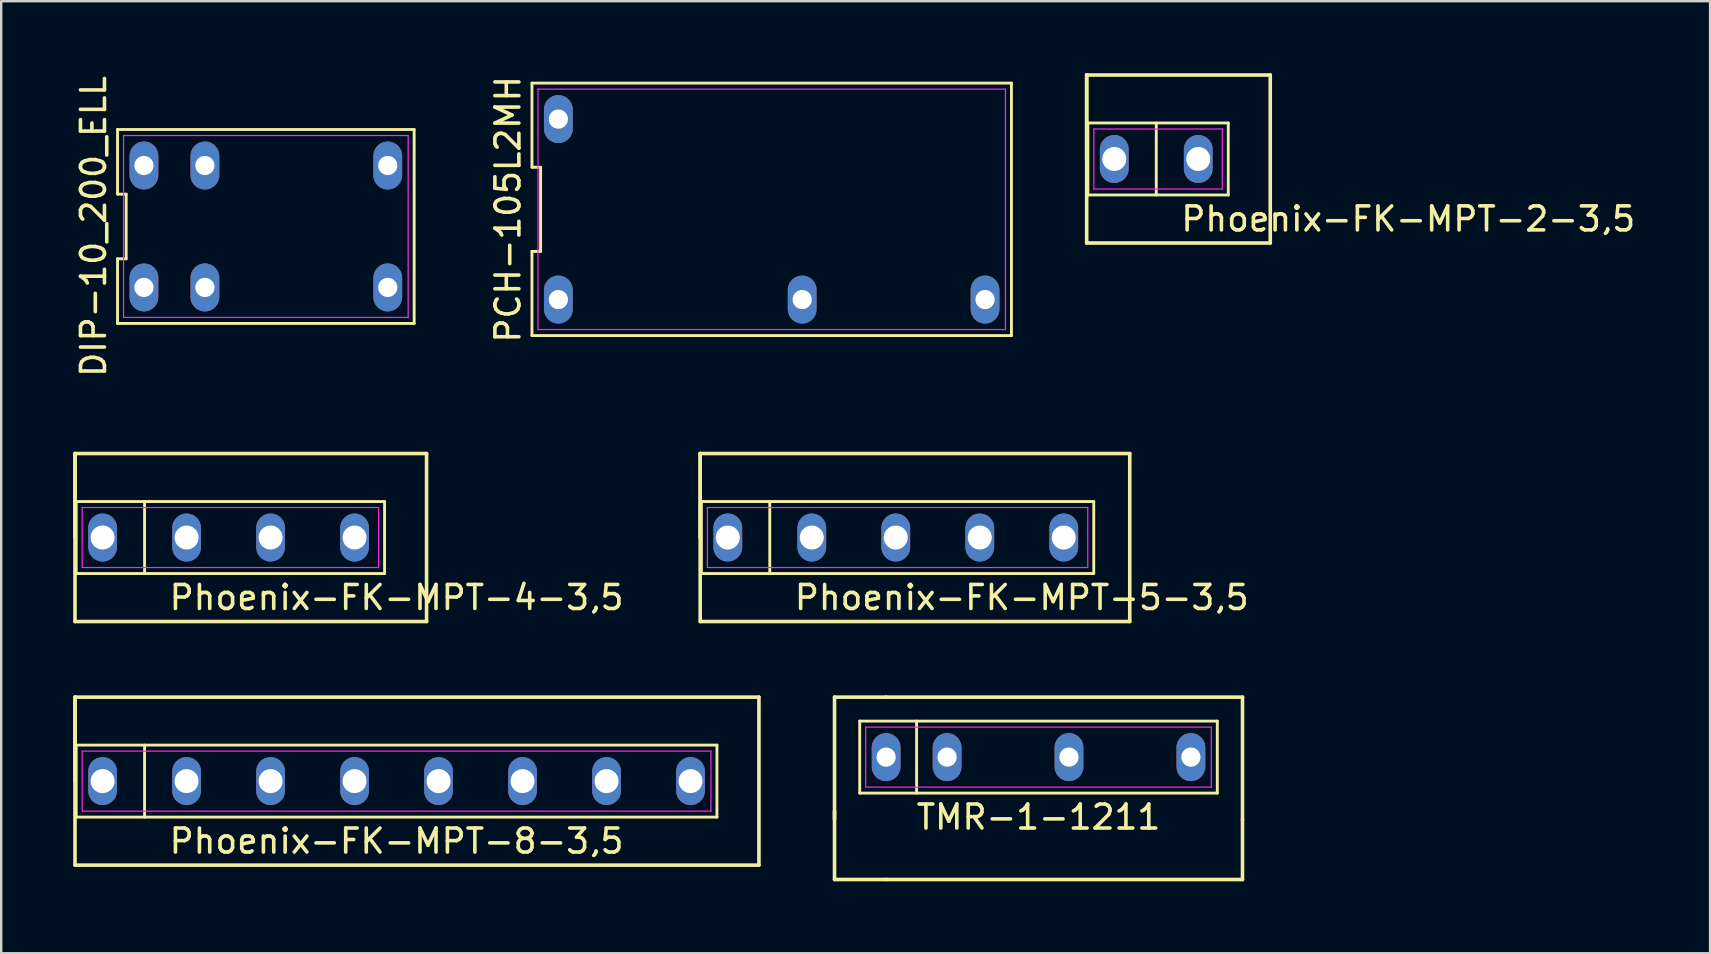
<source format=kicad_pcb>
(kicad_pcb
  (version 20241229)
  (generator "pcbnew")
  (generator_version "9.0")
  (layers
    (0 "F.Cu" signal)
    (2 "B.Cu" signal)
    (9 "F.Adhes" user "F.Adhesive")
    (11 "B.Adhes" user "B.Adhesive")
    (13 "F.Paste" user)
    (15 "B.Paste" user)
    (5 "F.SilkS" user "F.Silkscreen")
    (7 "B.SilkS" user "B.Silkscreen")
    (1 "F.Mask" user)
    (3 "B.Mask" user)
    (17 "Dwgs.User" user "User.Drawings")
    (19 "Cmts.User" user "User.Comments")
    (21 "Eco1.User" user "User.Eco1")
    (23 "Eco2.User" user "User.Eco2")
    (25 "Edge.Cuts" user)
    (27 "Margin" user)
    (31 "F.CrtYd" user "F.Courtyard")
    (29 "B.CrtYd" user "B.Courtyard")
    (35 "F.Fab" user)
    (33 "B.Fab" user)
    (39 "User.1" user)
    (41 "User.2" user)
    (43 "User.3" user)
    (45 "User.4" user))
  (footprint "PCH-105L2MH"
    (layer "F.Cu")
    (at 29.107 5.673)
    (property "Reference" "PCH-105L2MH" (at -10.99 0 90) (layer "F.SilkS") (effects (font (size 1 1) (thickness 0.15))))
    (attr through_hole)
    (fp_line (start -9.99 -5.26) (end -9.99 -1.753) (stroke (width 0.12) (type solid)) (layer "F.SilkS"))
    (fp_line (start -9.99 -1.753) (end -9.63 -1.753) (stroke (width 0.12) (type solid)) (layer "F.SilkS"))
    (fp_line (start -9.99 1.753) (end -9.99 5.26) (stroke (width 0.12) (type solid)) (layer "F.SilkS"))
    (fp_line (start -9.99 5.26) (end 9.99 5.26) (stroke (width 0.12) (type solid)) (layer "F.SilkS"))
    (fp_line (start -9.63 -1.753) (end -9.63 1.753) (stroke (width 0.12) (type solid)) (layer "F.SilkS"))
    (fp_line (start -9.63 1.753) (end -9.99 1.753) (stroke (width 0.12) (type solid)) (layer "F.SilkS"))
    (fp_line (start 9.99 -5.26) (end -9.99 -5.26) (stroke (width 0.12) (type solid)) (layer "F.SilkS"))
    (fp_line (start 9.99 5.26) (end 9.99 -5.26) (stroke (width 0.12) (type solid)) (layer "F.SilkS"))
    (fp_line (start -9.74 -5.01) (end 9.74 -5.01) (stroke (width 0.05) (type solid)) (layer "F.CrtYd"))
    (fp_line (start -9.74 5.01) (end -9.74 -5.01) (stroke (width 0.05) (type solid)) (layer "F.CrtYd"))
    (fp_line (start 9.74 -5.01) (end 9.74 5.01) (stroke (width 0.05) (type solid)) (layer "F.CrtYd"))
    (fp_line (start 9.74 5.01) (end -9.74 5.01) (stroke (width 0.05) (type solid)) (layer "F.CrtYd"))
    (pad "11" thru_hole oval (at 1.27 3.76) (size 1.2 2) (drill 0.8) (layers "*.Cu" "*.Mask"))
    (pad "14" thru_hole oval (at 8.89 3.76) (size 1.2 2) (drill 0.8) (layers "*.Cu" "*.Mask"))
    (pad "A1" thru_hole oval (at -8.89 3.76) (size 1.2 2) (drill 0.8) (layers "*.Cu" "*.Mask"))
    (pad "A2" thru_hole oval (at -8.89 -3.76) (size 1.2 2) (drill 0.8) (layers "*.Cu" "*.Mask")))
  (footprint "Phoenix-FK-MPT-5-3,5"
    (layer "F.Cu")
    (at 39.527 19.349)
    (property "Reference" "Phoenix-FK-MPT-5-3,5" (at 0 2.5 0) (layer "F.SilkS") (effects (font (size 1 1) (thickness 0.15))))
    (attr through_hole)
    (fp_line (start -13.4 -3.5) (end -13.4 3.5) (stroke (width 0.15) (type solid)) (layer "F.SilkS"))
    (fp_line (start -13.4 -3.5) (end 4.5 -3.5) (stroke (width 0.15) (type solid)) (layer "F.SilkS"))
    (fp_line (start -13.4 0) (end -13.4 -3.5) (stroke (width 0.15) (type solid)) (layer "F.SilkS"))
    (fp_line (start -13.35 -1.5) (end 3 -1.5) (stroke (width 0.12) (type solid)) (layer "F.SilkS"))
    (fp_line (start -13.35 1.5) (end -13.35 -1.5) (stroke (width 0.12) (type solid)) (layer "F.SilkS"))
    (fp_line (start -10.5 -1.5) (end -10.5 1.5) (stroke (width 0.12) (type solid)) (layer "F.SilkS"))
    (fp_line (start 3 -1.5) (end 3 1.5) (stroke (width 0.12) (type solid)) (layer "F.SilkS"))
    (fp_line (start 3 1.5) (end -13.35 1.5) (stroke (width 0.12) (type solid)) (layer "F.SilkS"))
    (fp_line (start 4.5 -3.5) (end 4.5 3.5) (stroke (width 0.15) (type solid)) (layer "F.SilkS"))
    (fp_line (start 4.5 3.5) (end -13.4 3.5) (stroke (width 0.15) (type solid)) (layer "F.SilkS"))
    (fp_line (start -13.1 -1.25) (end 2.75 -1.25) (stroke (width 0.05) (type solid)) (layer "F.CrtYd"))
    (fp_line (start -13.1 1.25) (end -13.1 -1.25) (stroke (width 0.05) (type solid)) (layer "F.CrtYd"))
    (fp_line (start 2.75 -1.25) (end 2.75 1.25) (stroke (width 0.05) (type solid)) (layer "F.CrtYd"))
    (fp_line (start 2.75 1.25) (end -13.1 1.25) (stroke (width 0.05) (type solid)) (layer "F.CrtYd"))
    (pad "1" thru_hole oval (at -12.25 0) (size 1.2 2) (drill 1) (layers "*.Cu" "*.Mask"))
    (pad "2" thru_hole oval (at -8.75 0) (size 1.2 2) (drill 1) (layers "*.Cu" "*.Mask"))
    (pad "3" thru_hole oval (at -5.25 0) (size 1.2 2) (drill 1) (layers "*.Cu" "*.Mask"))
    (pad "4" thru_hole oval (at -1.75 0) (size 1.2 2) (drill 1) (layers "*.Cu" "*.Mask"))
    (pad "5" thru_hole oval (at 1.75 0) (size 1.2 2) (drill 1) (layers "*.Cu" "*.Mask")))
  (footprint "DIP-10_200_ELL"
    (layer "F.Cu")
    (at 8.028 6.387)
    (property "Reference" "DIP-10_200_ELL" (at -7.18 0 90) (layer "F.SilkS") (effects (font (size 1 1) (thickness 0.15))))
    (attr through_hole)
    (fp_line (start -6.18 -4.04) (end -6.18 -1.347) (stroke (width 0.12) (type solid)) (layer "F.SilkS"))
    (fp_line (start -6.18 -1.347) (end -5.82 -1.347) (stroke (width 0.12) (type solid)) (layer "F.SilkS"))
    (fp_line (start -6.18 1.347) (end -6.18 4.04) (stroke (width 0.12) (type solid)) (layer "F.SilkS"))
    (fp_line (start -6.18 4.04) (end 6.18 4.04) (stroke (width 0.12) (type solid)) (layer "F.SilkS"))
    (fp_line (start -5.82 -1.347) (end -5.82 1.347) (stroke (width 0.12) (type solid)) (layer "F.SilkS"))
    (fp_line (start -5.82 1.347) (end -6.18 1.347) (stroke (width 0.12) (type solid)) (layer "F.SilkS"))
    (fp_line (start 6.18 -4.04) (end -6.18 -4.04) (stroke (width 0.12) (type solid)) (layer "F.SilkS"))
    (fp_line (start 6.18 4.04) (end 6.18 -4.04) (stroke (width 0.12) (type solid)) (layer "F.SilkS"))
    (fp_line (start -5.93 -3.79) (end 5.93 -3.79) (stroke (width 0.05) (type solid)) (layer "F.CrtYd"))
    (fp_line (start -5.93 3.79) (end -5.93 -3.79) (stroke (width 0.05) (type solid)) (layer "F.CrtYd"))
    (fp_line (start 5.93 -3.79) (end 5.93 3.79) (stroke (width 0.05) (type solid)) (layer "F.CrtYd"))
    (fp_line (start 5.93 3.79) (end -5.93 3.79) (stroke (width 0.05) (type solid)) (layer "F.CrtYd"))
    (pad "11" thru_hole oval (at 5.08 -2.54) (size 1.2 2) (drill 0.8) (layers "*.Cu" "*.Mask"))
    (pad "11" thru_hole oval (at 5.08 2.54) (size 1.2 2) (drill 0.8) (layers "*.Cu" "*.Mask"))
    (pad "12" thru_hole oval (at -5.08 2.54) (size 1.2 2) (drill 0.8) (layers "*.Cu" "*.Mask"))
    (pad "14" thru_hole oval (at -5.08 -2.54) (size 1.2 2) (drill 0.8) (layers "*.Cu" "*.Mask"))
    (pad "A1" thru_hole oval (at -2.54 -2.54) (size 1.2 2) (drill 0.8) (layers "*.Cu" "*.Mask"))
    (pad "A2" thru_hole oval (at -2.54 2.54) (size 1.2 2) (drill 0.8) (layers "*.Cu" "*.Mask")))
  (footprint "Phoenix-FK-MPT-8-3,5"
    (layer "F.Cu")
    (at 13.475 29.499)
    (property "Reference" "Phoenix-FK-MPT-8-3,5" (at 0 2.5 0) (layer "F.SilkS") (effects (font (size 1 1) (thickness 0.15))))
    (attr through_hole)
    (fp_line (start -13.4 -3.5) (end -13.4 3.5) (stroke (width 0.15) (type solid)) (layer "F.SilkS"))
    (fp_line (start -13.4 -3.5) (end 15.1 -3.5) (stroke (width 0.15) (type solid)) (layer "F.SilkS"))
    (fp_line (start -13.4 0) (end -13.4 -3.5) (stroke (width 0.15) (type solid)) (layer "F.SilkS"))
    (fp_line (start -13.35 -1.5) (end 13.35 -1.5) (stroke (width 0.12) (type solid)) (layer "F.SilkS"))
    (fp_line (start -13.35 1.5) (end -13.35 -1.5) (stroke (width 0.12) (type solid)) (layer "F.SilkS"))
    (fp_line (start -10.5 -1.5) (end -10.5 1.5) (stroke (width 0.12) (type solid)) (layer "F.SilkS"))
    (fp_line (start 13.35 -1.5) (end 13.35 1.5) (stroke (width 0.12) (type solid)) (layer "F.SilkS"))
    (fp_line (start 13.35 1.5) (end -13.35 1.5) (stroke (width 0.12) (type solid)) (layer "F.SilkS"))
    (fp_line (start 15.1 -3.5) (end 15.1 3.5) (stroke (width 0.15) (type solid)) (layer "F.SilkS"))
    (fp_line (start 15.1 3.5) (end -13.4 3.5) (stroke (width 0.15) (type solid)) (layer "F.SilkS"))
    (fp_line (start -13.1 -1.25) (end 13.1 -1.25) (stroke (width 0.05) (type solid)) (layer "F.CrtYd"))
    (fp_line (start -13.1 1.25) (end -13.1 -1.25) (stroke (width 0.05) (type solid)) (layer "F.CrtYd"))
    (fp_line (start 13.1 -1.25) (end 13.1 1.25) (stroke (width 0.05) (type solid)) (layer "F.CrtYd"))
    (fp_line (start 13.1 1.25) (end -13.1 1.25) (stroke (width 0.05) (type solid)) (layer "F.CrtYd"))
    (pad "1" thru_hole oval (at -12.25 0) (size 1.2 2) (drill 1) (layers "*.Cu" "*.Mask"))
    (pad "2" thru_hole oval (at -8.75 0) (size 1.2 2) (drill 1) (layers "*.Cu" "*.Mask"))
    (pad "3" thru_hole oval (at -5.25 0) (size 1.2 2) (drill 1) (layers "*.Cu" "*.Mask"))
    (pad "4" thru_hole oval (at -1.75 0) (size 1.2 2) (drill 1) (layers "*.Cu" "*.Mask"))
    (pad "5" thru_hole oval (at 1.75 0) (size 1.2 2) (drill 1) (layers "*.Cu" "*.Mask"))
    (pad "6" thru_hole oval (at 5.25 0) (size 1.2 2) (drill 1) (layers "*.Cu" "*.Mask"))
    (pad "7" thru_hole oval (at 8.75 0) (size 1.2 2) (drill 1) (layers "*.Cu" "*.Mask"))
    (pad "8" thru_hole oval (at 12.25 0) (size 1.2 2) (drill 1) (layers "*.Cu" "*.Mask")))
  (footprint "Phoenix-FK-MPT-4-3,5"
    (layer "F.Cu")
    (at 13.475 19.349)
    (property "Reference" "Phoenix-FK-MPT-4-3,5" (at 0 2.5 0) (layer "F.SilkS") (effects (font (size 1 1) (thickness 0.15))))
    (attr through_hole)
    (fp_line (start -13.4 -3.5) (end -13.4 3.5) (stroke (width 0.15) (type solid)) (layer "F.SilkS"))
    (fp_line (start -13.4 -3.5) (end 1.25 -3.5) (stroke (width 0.15) (type solid)) (layer "F.SilkS"))
    (fp_line (start -13.4 0) (end -13.4 -3.5) (stroke (width 0.15) (type solid)) (layer "F.SilkS"))
    (fp_line (start -13.35 -1.5) (end -0.5 -1.5) (stroke (width 0.12) (type solid)) (layer "F.SilkS"))
    (fp_line (start -13.35 1.5) (end -13.35 -1.5) (stroke (width 0.12) (type solid)) (layer "F.SilkS"))
    (fp_line (start -10.5 -1.5) (end -10.5 1.5) (stroke (width 0.12) (type solid)) (layer "F.SilkS"))
    (fp_line (start -0.5 -1.5) (end -0.5 1.5) (stroke (width 0.12) (type solid)) (layer "F.SilkS"))
    (fp_line (start -0.5 1.5) (end -13.35 1.5) (stroke (width 0.12) (type solid)) (layer "F.SilkS"))
    (fp_line (start 1.25 -3.5) (end 1.25 3.5) (stroke (width 0.15) (type solid)) (layer "F.SilkS"))
    (fp_line (start 1.25 3.5) (end -13.4 3.5) (stroke (width 0.15) (type solid)) (layer "F.SilkS"))
    (fp_line (start -13.1 -1.25) (end -0.75 -1.25) (stroke (width 0.05) (type solid)) (layer "F.CrtYd"))
    (fp_line (start -13.1 1.25) (end -13.1 -1.25) (stroke (width 0.05) (type solid)) (layer "F.CrtYd"))
    (fp_line (start -0.75 -1.25) (end -0.75 1.25) (stroke (width 0.05) (type solid)) (layer "F.CrtYd"))
    (fp_line (start -0.75 1.25) (end -13.1 1.25) (stroke (width 0.05) (type solid)) (layer "F.CrtYd"))
    (pad "1" thru_hole oval (at -12.25 0) (size 1.2 2) (drill 1) (layers "*.Cu" "*.Mask"))
    (pad "2" thru_hole oval (at -8.75 0) (size 1.2 2) (drill 1) (layers "*.Cu" "*.Mask"))
    (pad "3" thru_hole oval (at -5.25 0) (size 1.2 2) (drill 1) (layers "*.Cu" "*.Mask"))
    (pad "4" thru_hole oval (at -1.75 0) (size 1.2 2) (drill 1) (layers "*.Cu" "*.Mask")))
  (footprint "TMR-1-1211"
    (layer "F.Cu")
    (at 40.225 28.499)
    (property "Reference" "TMR-1-1211" (at 0 2.5 180) (layer "F.SilkS") (effects (font (size 1 1) (thickness 0.15))))
    (attr through_hole)
    (fp_line (start -8.5 2.25) (end -8.5 5.1) (stroke (width 0.15) (type solid)) (layer "F.SilkS"))
    (fp_line (start -8.5 2.6) (end -8.5 -2.5) (stroke (width 0.15) (type solid)) (layer "F.SilkS"))
    (fp_line (start -7.45 -1.5) (end 7.45 -1.5) (stroke (width 0.12) (type solid)) (layer "F.SilkS"))
    (fp_line (start -7.45 1.5) (end -7.45 -1.5) (stroke (width 0.12) (type solid)) (layer "F.SilkS"))
    (fp_line (start -6.35 -2.5) (end -8.5 -2.5) (stroke (width 0.15) (type solid)) (layer "F.SilkS"))
    (fp_line (start -6.35 -2.5) (end 8.5 -2.5) (stroke (width 0.15) (type solid)) (layer "F.SilkS"))
    (fp_line (start -6.35 5.1) (end -8.5 5.1) (stroke (width 0.15) (type solid)) (layer "F.SilkS"))
    (fp_line (start -6.35 5.1) (end 8.5 5.1) (stroke (width 0.15) (type solid)) (layer "F.SilkS"))
    (fp_line (start -5.08 -1.5) (end -5.08 1.5) (stroke (width 0.12) (type solid)) (layer "F.SilkS"))
    (fp_line (start 7.45 -1.5) (end 7.45 1.5) (stroke (width 0.12) (type solid)) (layer "F.SilkS"))
    (fp_line (start 7.45 1.5) (end -7.45 1.5) (stroke (width 0.12) (type solid)) (layer "F.SilkS"))
    (fp_line (start 8.5 2.6) (end 8.5 -2.5) (stroke (width 0.15) (type solid)) (layer "F.SilkS"))
    (fp_line (start 8.5 2.6) (end 8.5 5.1) (stroke (width 0.15) (type solid)) (layer "F.SilkS"))
    (fp_line (start -7.2 -1.25) (end 7.2 -1.25) (stroke (width 0.05) (type solid)) (layer "F.CrtYd"))
    (fp_line (start -7.2 1.25) (end -7.2 -1.25) (stroke (width 0.05) (type solid)) (layer "F.CrtYd"))
    (fp_line (start 7.2 -1.25) (end 7.2 1.25) (stroke (width 0.05) (type solid)) (layer "F.CrtYd"))
    (fp_line (start 7.2 1.25) (end -7.2 1.25) (stroke (width 0.05) (type solid)) (layer "F.CrtYd"))
    (pad "1" thru_hole oval (at -6.35 0) (size 1.2 2) (drill 0.8) (layers "*.Cu" "*.Mask"))
    (pad "2" thru_hole oval (at -3.81 0) (size 1.2 2) (drill 0.8) (layers "*.Cu" "*.Mask"))
    (pad "4" thru_hole oval (at 1.27 0) (size 1.2 2) (drill 0.8) (layers "*.Cu" "*.Mask"))
    (pad "6" thru_hole oval (at 6.35 0) (size 1.2 2) (drill 0.8) (layers "*.Cu" "*.Mask")))
  (footprint "Phoenix-FK-MPT-2-3,5"
    (layer "F.Cu")
    (at 55.632 3.575)
    (property "Reference" "Phoenix-FK-MPT-2-3,5" (at 0 2.5 0) (layer "F.SilkS") (effects (font (size 1 1) (thickness 0.15))))
    (attr through_hole)
    (fp_line (start -13.4 -3.5) (end -13.4 3.5) (stroke (width 0.15) (type solid)) (layer "F.SilkS"))
    (fp_line (start -13.4 -3.5) (end -5.75 -3.5) (stroke (width 0.15) (type solid)) (layer "F.SilkS"))
    (fp_line (start -13.4 0) (end -13.4 -3.5) (stroke (width 0.15) (type solid)) (layer "F.SilkS"))
    (fp_line (start -13.35 -1.5) (end -7.5 -1.5) (stroke (width 0.12) (type solid)) (layer "F.SilkS"))
    (fp_line (start -13.35 1.5) (end -13.35 -1.5) (stroke (width 0.12) (type solid)) (layer "F.SilkS"))
    (fp_line (start -10.5 -1.5) (end -10.5 1.5) (stroke (width 0.12) (type solid)) (layer "F.SilkS"))
    (fp_line (start -7.5 -1.5) (end -7.5 1.5) (stroke (width 0.12) (type solid)) (layer "F.SilkS"))
    (fp_line (start -7.5 1.5) (end -13.35 1.5) (stroke (width 0.12) (type solid)) (layer "F.SilkS"))
    (fp_line (start -5.75 -3.5) (end -5.75 3.5) (stroke (width 0.15) (type solid)) (layer "F.SilkS"))
    (fp_line (start -5.75 3.5) (end -13.4 3.5) (stroke (width 0.15) (type solid)) (layer "F.SilkS"))
    (fp_line (start -13.1 -1.25) (end -7.75 -1.25) (stroke (width 0.05) (type solid)) (layer "F.CrtYd"))
    (fp_line (start -13.1 1.25) (end -13.1 -1.25) (stroke (width 0.05) (type solid)) (layer "F.CrtYd"))
    (fp_line (start -7.75 -1.25) (end -7.75 1.25) (stroke (width 0.05) (type solid)) (layer "F.CrtYd"))
    (fp_line (start -7.75 1.25) (end -13.1 1.25) (stroke (width 0.05) (type solid)) (layer "F.CrtYd"))
    (pad "1" thru_hole oval (at -12.25 0) (size 1.2 2) (drill 1) (layers "*.Cu" "*.Mask"))
    (pad "2" thru_hole oval (at -8.75 0) (size 1.2 2) (drill 1) (layers "*.Cu" "*.Mask")))
  (gr_rect
    (start -3 -3)
    (end 68.209 36.674)
    (stroke (width 0.1) (type default))
    (fill no)
    (layer "Edge.Cuts")))
</source>
